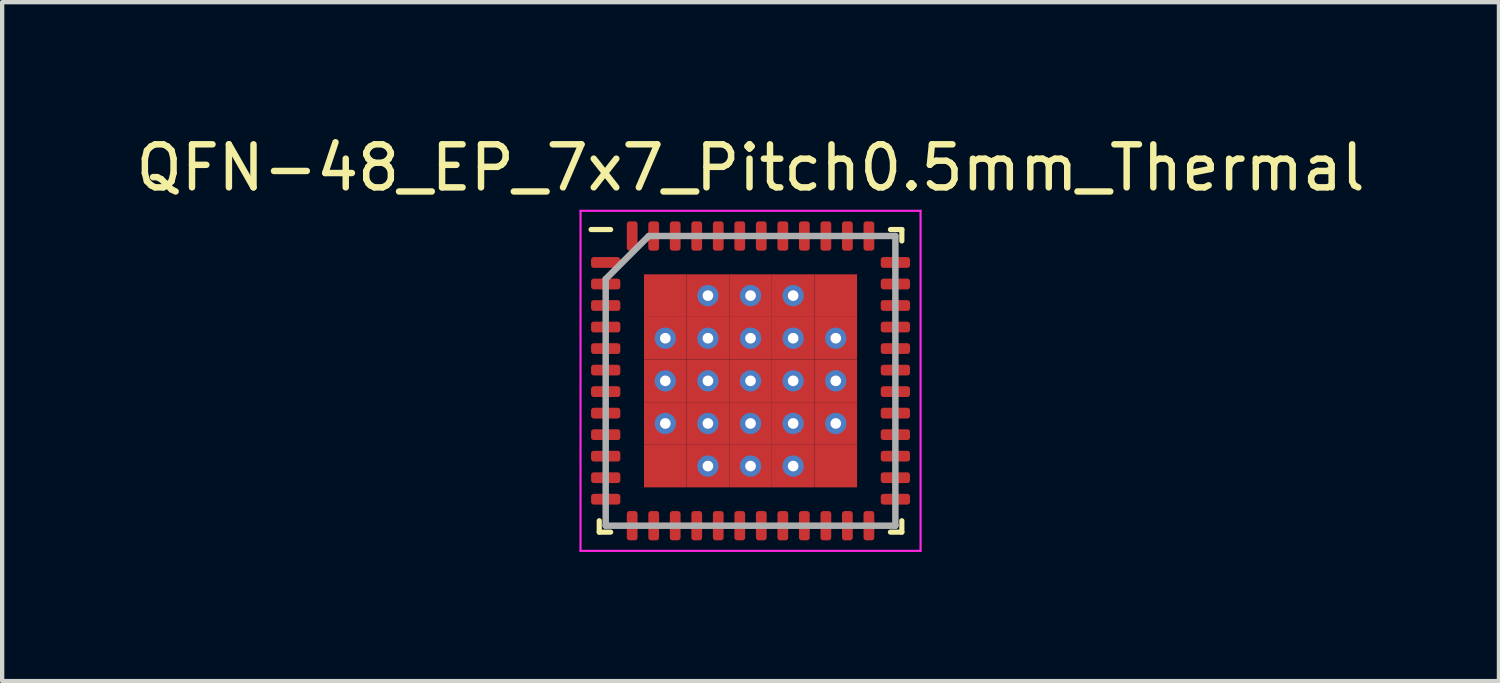
<source format=kicad_pcb>
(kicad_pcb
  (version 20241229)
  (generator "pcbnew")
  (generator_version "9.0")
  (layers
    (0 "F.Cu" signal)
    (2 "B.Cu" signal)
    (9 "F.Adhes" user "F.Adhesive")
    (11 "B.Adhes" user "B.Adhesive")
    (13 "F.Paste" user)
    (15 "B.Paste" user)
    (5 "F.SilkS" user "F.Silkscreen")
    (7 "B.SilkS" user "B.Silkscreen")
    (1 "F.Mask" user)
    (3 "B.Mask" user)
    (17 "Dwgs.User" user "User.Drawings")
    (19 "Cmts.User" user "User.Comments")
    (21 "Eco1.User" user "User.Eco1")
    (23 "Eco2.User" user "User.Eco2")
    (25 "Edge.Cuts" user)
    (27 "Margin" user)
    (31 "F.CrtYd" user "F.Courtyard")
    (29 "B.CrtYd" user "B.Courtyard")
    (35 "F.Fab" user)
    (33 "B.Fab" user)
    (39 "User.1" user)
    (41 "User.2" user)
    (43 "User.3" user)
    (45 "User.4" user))
  (footprint "QFN-48_EP_7x7_Pitch0.5mm_Thermal"
    (layer "F.Cu")
    (at 14.387 5.798)
    (property "Reference" "QFN-48_EP_7x7_Pitch0.5mm_Thermal" (at 0 -4.95 0) (layer "F.SilkS") (effects (font (size 1 1) (thickness 0.15))))
    (attr smd)
    (fp_line (start -3.515 3.515) (end -3.515 3.25) (stroke (width 0.12) (type solid)) (layer "F.SilkS"))
    (fp_line (start -3.25 -3.515) (end -3.705 -3.515) (stroke (width 0.12) (type solid)) (layer "F.SilkS"))
    (fp_line (start -3.25 3.515) (end -3.515 3.515) (stroke (width 0.12) (type solid)) (layer "F.SilkS"))
    (fp_line (start 3.25 -3.515) (end 3.515 -3.515) (stroke (width 0.12) (type solid)) (layer "F.SilkS"))
    (fp_line (start 3.25 3.515) (end 3.515 3.515) (stroke (width 0.12) (type solid)) (layer "F.SilkS"))
    (fp_line (start 3.515 -3.515) (end 3.515 -3.25) (stroke (width 0.12) (type solid)) (layer "F.SilkS"))
    (fp_line (start 3.515 3.515) (end 3.515 3.25) (stroke (width 0.12) (type solid)) (layer "F.SilkS"))
    (fp_line (start -3.95 -3.95) (end 3.95 -3.95) (stroke (width 0.05) (type solid)) (layer "F.CrtYd"))
    (fp_line (start -3.95 3.95) (end -3.95 -3.95) (stroke (width 0.05) (type solid)) (layer "F.CrtYd"))
    (fp_line (start 3.95 -3.95) (end 3.95 3.95) (stroke (width 0.05) (type solid)) (layer "F.CrtYd"))
    (fp_line (start 3.95 3.95) (end -3.95 3.95) (stroke (width 0.05) (type solid)) (layer "F.CrtYd"))
    (fp_line (start -3.365 -2.365) (end -3.365 3.365) (stroke (width 0.15) (type solid)) (layer "F.Fab"))
    (fp_line (start -3.365 3.365) (end 3.365 3.365) (stroke (width 0.15) (type solid)) (layer "F.Fab"))
    (fp_line (start -2.365 -3.365) (end -3.365 -2.365) (stroke (width 0.15) (type solid)) (layer "F.Fab"))
    (fp_line (start 3.365 -3.365) (end -2.365 -3.365) (stroke (width 0.15) (type solid)) (layer "F.Fab"))
    (fp_line (start 3.365 3.365) (end 3.365 -3.365) (stroke (width 0.15) (type solid)) (layer "F.Fab"))
    (pad "1" smd roundrect (at -3.365 -2.75 90) (size 0.25 0.68) (layers "F.Cu" "F.Mask" "F.Paste") (roundrect_rratio 0.25))
    (pad "2" smd roundrect (at -3.365 -2.25 90) (size 0.25 0.68) (layers "F.Cu" "F.Mask" "F.Paste") (roundrect_rratio 0.25))
    (pad "3" smd roundrect (at -3.365 -1.75 90) (size 0.25 0.68) (layers "F.Cu" "F.Mask" "F.Paste") (roundrect_rratio 0.25))
    (pad "4" smd roundrect (at -3.365 -1.25 90) (size 0.25 0.68) (layers "F.Cu" "F.Mask" "F.Paste") (roundrect_rratio 0.25))
    (pad "5" smd roundrect (at -3.365 -0.75 90) (size 0.25 0.68) (layers "F.Cu" "F.Mask" "F.Paste") (roundrect_rratio 0.25))
    (pad "6" smd roundrect (at -3.365 -0.25 90) (size 0.25 0.68) (layers "F.Cu" "F.Mask" "F.Paste") (roundrect_rratio 0.25))
    (pad "7" smd roundrect (at -3.365 0.25 90) (size 0.25 0.68) (layers "F.Cu" "F.Mask" "F.Paste") (roundrect_rratio 0.25))
    (pad "8" smd roundrect (at -3.365 0.75 90) (size 0.25 0.68) (layers "F.Cu" "F.Mask" "F.Paste") (roundrect_rratio 0.25))
    (pad "9" smd roundrect (at -3.365 1.25 90) (size 0.25 0.68) (layers "F.Cu" "F.Mask" "F.Paste") (roundrect_rratio 0.25))
    (pad "10" smd roundrect (at -3.365 1.75 90) (size 0.25 0.68) (layers "F.Cu" "F.Mask" "F.Paste") (roundrect_rratio 0.25))
    (pad "11" smd roundrect (at -3.365 2.25 90) (size 0.25 0.68) (layers "F.Cu" "F.Mask" "F.Paste") (roundrect_rratio 0.25))
    (pad "12" smd roundrect (at -3.365 2.75 90) (size 0.25 0.68) (layers "F.Cu" "F.Mask" "F.Paste") (roundrect_rratio 0.25))
    (pad "13" smd roundrect (at -2.75 3.365) (size 0.25 0.68) (layers "F.Cu" "F.Mask" "F.Paste") (roundrect_rratio 0.25))
    (pad "14" smd roundrect (at -2.25 3.365) (size 0.25 0.68) (layers "F.Cu" "F.Mask" "F.Paste") (roundrect_rratio 0.25))
    (pad "15" smd roundrect (at -1.75 3.365) (size 0.25 0.68) (layers "F.Cu" "F.Mask" "F.Paste") (roundrect_rratio 0.25))
    (pad "16" smd roundrect (at -1.25 3.365) (size 0.25 0.68) (layers "F.Cu" "F.Mask" "F.Paste") (roundrect_rratio 0.25))
    (pad "17" smd roundrect (at -0.75 3.365) (size 0.25 0.68) (layers "F.Cu" "F.Mask" "F.Paste") (roundrect_rratio 0.25))
    (pad "18" smd roundrect (at -0.25 3.365) (size 0.25 0.68) (layers "F.Cu" "F.Mask" "F.Paste") (roundrect_rratio 0.25))
    (pad "19" smd roundrect (at 0.25 3.365) (size 0.25 0.68) (layers "F.Cu" "F.Mask" "F.Paste") (roundrect_rratio 0.25))
    (pad "20" smd roundrect (at 0.75 3.365) (size 0.25 0.68) (layers "F.Cu" "F.Mask" "F.Paste") (roundrect_rratio 0.25))
    (pad "21" smd roundrect (at 1.25 3.365) (size 0.25 0.68) (layers "F.Cu" "F.Mask" "F.Paste") (roundrect_rratio 0.25))
    (pad "22" smd roundrect (at 1.75 3.365) (size 0.25 0.68) (layers "F.Cu" "F.Mask" "F.Paste") (roundrect_rratio 0.25))
    (pad "23" smd roundrect (at 2.25 3.365) (size 0.25 0.68) (layers "F.Cu" "F.Mask" "F.Paste") (roundrect_rratio 0.25))
    (pad "24" smd roundrect (at 2.75 3.365) (size 0.25 0.68) (layers "F.Cu" "F.Mask" "F.Paste") (roundrect_rratio 0.25))
    (pad "25" smd roundrect (at 3.365 2.75 90) (size 0.25 0.68) (layers "F.Cu" "F.Mask" "F.Paste") (roundrect_rratio 0.25))
    (pad "26" smd roundrect (at 3.365 2.25 90) (size 0.25 0.68) (layers "F.Cu" "F.Mask" "F.Paste") (roundrect_rratio 0.25))
    (pad "27" smd roundrect (at 3.365 1.75 90) (size 0.25 0.68) (layers "F.Cu" "F.Mask" "F.Paste") (roundrect_rratio 0.25))
    (pad "28" smd roundrect (at 3.365 1.25 90) (size 0.25 0.68) (layers "F.Cu" "F.Mask" "F.Paste") (roundrect_rratio 0.25))
    (pad "29" smd roundrect (at 3.365 0.75 90) (size 0.25 0.68) (layers "F.Cu" "F.Mask" "F.Paste") (roundrect_rratio 0.25))
    (pad "30" smd roundrect (at 3.365 0.25 90) (size 0.25 0.68) (layers "F.Cu" "F.Mask" "F.Paste") (roundrect_rratio 0.25))
    (pad "31" smd roundrect (at 3.365 -0.25 90) (size 0.25 0.68) (layers "F.Cu" "F.Mask" "F.Paste") (roundrect_rratio 0.25))
    (pad "32" smd roundrect (at 3.365 -0.75 90) (size 0.25 0.68) (layers "F.Cu" "F.Mask" "F.Paste") (roundrect_rratio 0.25))
    (pad "33" smd roundrect (at 3.365 -1.25 90) (size 0.25 0.68) (layers "F.Cu" "F.Mask" "F.Paste") (roundrect_rratio 0.25))
    (pad "34" smd roundrect (at 3.365 -1.75 90) (size 0.25 0.68) (layers "F.Cu" "F.Mask" "F.Paste") (roundrect_rratio 0.25))
    (pad "35" smd roundrect (at 3.365 -2.25 90) (size 0.25 0.68) (layers "F.Cu" "F.Mask" "F.Paste") (roundrect_rratio 0.25))
    (pad "36" smd roundrect (at 3.365 -2.75 90) (size 0.25 0.68) (layers "F.Cu" "F.Mask" "F.Paste") (roundrect_rratio 0.25))
    (pad "37" smd roundrect (at 2.75 -3.365) (size 0.25 0.68) (layers "F.Cu" "F.Mask" "F.Paste") (roundrect_rratio 0.25))
    (pad "38" smd roundrect (at 2.25 -3.365) (size 0.25 0.68) (layers "F.Cu" "F.Mask" "F.Paste") (roundrect_rratio 0.25))
    (pad "39" smd roundrect (at 1.75 -3.365) (size 0.25 0.68) (layers "F.Cu" "F.Mask" "F.Paste") (roundrect_rratio 0.25))
    (pad "40" smd roundrect (at 1.25 -3.365) (size 0.25 0.68) (layers "F.Cu" "F.Mask" "F.Paste") (roundrect_rratio 0.25))
    (pad "41" smd roundrect (at 0.75 -3.365) (size 0.25 0.68) (layers "F.Cu" "F.Mask" "F.Paste") (roundrect_rratio 0.25))
    (pad "42" smd roundrect (at 0.25 -3.365) (size 0.25 0.68) (layers "F.Cu" "F.Mask" "F.Paste") (roundrect_rratio 0.25))
    (pad "43" smd roundrect (at -0.25 -3.365) (size 0.25 0.68) (layers "F.Cu" "F.Mask" "F.Paste") (roundrect_rratio 0.25))
    (pad "44" smd roundrect (at -0.75 -3.365) (size 0.25 0.68) (layers "F.Cu" "F.Mask" "F.Paste") (roundrect_rratio 0.25))
    (pad "45" smd roundrect (at -1.25 -3.365) (size 0.25 0.68) (layers "F.Cu" "F.Mask" "F.Paste") (roundrect_rratio 0.25))
    (pad "46" smd roundrect (at -1.75 -3.365) (size 0.25 0.68) (layers "F.Cu" "F.Mask" "F.Paste") (roundrect_rratio 0.25))
    (pad "47" smd roundrect (at -2.25 -3.365) (size 0.25 0.68) (layers "F.Cu" "F.Mask" "F.Paste") (roundrect_rratio 0.25))
    (pad "48" smd roundrect (at -2.75 -3.365) (size 0.25 0.68) (layers "F.Cu" "F.Mask" "F.Paste") (roundrect_rratio 0.25))
    (pad "49" smd rect (at -1.98 -1.98) (size 0.99 0.99) (layers "F.Cu" "F.Mask" "F.Paste"))
    (pad "49" thru_hole circle (at -1.98 -0.99) (size 0.495 0.495) (drill 0.247) (layers "*.Cu" "*.Mask"))
    (pad "49" smd rect (at -1.98 -0.99) (size 0.99 0.99) (layers "F.Cu" "F.Mask" "F.Paste"))
    (pad "49" thru_hole circle (at -1.98 0) (size 0.495 0.495) (drill 0.247) (layers "*.Cu" "*.Mask"))
    (pad "49" smd rect (at -1.98 0) (size 0.99 0.99) (layers "F.Cu" "F.Mask" "F.Paste"))
    (pad "49" thru_hole circle (at -1.98 0.99) (size 0.495 0.495) (drill 0.247) (layers "*.Cu" "*.Mask"))
    (pad "49" smd rect (at -1.98 0.99) (size 0.99 0.99) (layers "F.Cu" "F.Mask" "F.Paste"))
    (pad "49" smd rect (at -1.98 1.98) (size 0.99 0.99) (layers "F.Cu" "F.Mask" "F.Paste"))
    (pad "49" thru_hole circle (at -0.99 -1.98) (size 0.495 0.495) (drill 0.247) (layers "*.Cu" "*.Mask"))
    (pad "49" smd rect (at -0.99 -1.98) (size 0.99 0.99) (layers "F.Cu" "F.Mask" "F.Paste"))
    (pad "49" thru_hole circle (at -0.99 -0.99) (size 0.495 0.495) (drill 0.247) (layers "*.Cu" "*.Mask"))
    (pad "49" smd rect (at -0.99 -0.99) (size 0.99 0.99) (layers "F.Cu" "F.Mask" "F.Paste"))
    (pad "49" thru_hole circle (at -0.99 0) (size 0.495 0.495) (drill 0.247) (layers "*.Cu" "*.Mask"))
    (pad "49" smd rect (at -0.99 0) (size 0.99 0.99) (layers "F.Cu" "F.Mask" "F.Paste"))
    (pad "49" thru_hole circle (at -0.99 0.99) (size 0.495 0.495) (drill 0.247) (layers "*.Cu" "*.Mask"))
    (pad "49" smd rect (at -0.99 0.99) (size 0.99 0.99) (layers "F.Cu" "F.Mask" "F.Paste"))
    (pad "49" thru_hole circle (at -0.99 1.98) (size 0.495 0.495) (drill 0.247) (layers "*.Cu" "*.Mask"))
    (pad "49" smd rect (at -0.99 1.98) (size 0.99 0.99) (layers "F.Cu" "F.Mask" "F.Paste"))
    (pad "49" thru_hole circle (at 0 -1.98) (size 0.495 0.495) (drill 0.247) (layers "*.Cu" "*.Mask"))
    (pad "49" smd rect (at 0 -1.98) (size 0.99 0.99) (layers "F.Cu" "F.Mask" "F.Paste"))
    (pad "49" thru_hole circle (at 0 -0.99) (size 0.495 0.495) (drill 0.247) (layers "*.Cu" "*.Mask"))
    (pad "49" smd rect (at 0 -0.99) (size 0.99 0.99) (layers "F.Cu" "F.Mask" "F.Paste"))
    (pad "49" thru_hole circle (at 0 0) (size 0.495 0.495) (drill 0.247) (layers "*.Cu" "*.Mask"))
    (pad "49" smd rect (at 0 0) (size 0.99 0.99) (layers "F.Cu" "F.Mask" "F.Paste"))
    (pad "49" thru_hole circle (at 0 0.99) (size 0.495 0.495) (drill 0.247) (layers "*.Cu" "*.Mask"))
    (pad "49" smd rect (at 0 0.99) (size 0.99 0.99) (layers "F.Cu" "F.Mask" "F.Paste"))
    (pad "49" thru_hole circle (at 0 1.98) (size 0.495 0.495) (drill 0.247) (layers "*.Cu" "*.Mask"))
    (pad "49" smd rect (at 0 1.98) (size 0.99 0.99) (layers "F.Cu" "F.Mask" "F.Paste"))
    (pad "49" thru_hole circle (at 0.99 -1.98) (size 0.495 0.495) (drill 0.247) (layers "*.Cu" "*.Mask"))
    (pad "49" smd rect (at 0.99 -1.98) (size 0.99 0.99) (layers "F.Cu" "F.Mask" "F.Paste"))
    (pad "49" thru_hole circle (at 0.99 -0.99) (size 0.495 0.495) (drill 0.247) (layers "*.Cu" "*.Mask"))
    (pad "49" smd rect (at 0.99 -0.99) (size 0.99 0.99) (layers "F.Cu" "F.Mask" "F.Paste"))
    (pad "49" thru_hole circle (at 0.99 0) (size 0.495 0.495) (drill 0.247) (layers "*.Cu" "*.Mask"))
    (pad "49" smd rect (at 0.99 0) (size 0.99 0.99) (layers "F.Cu" "F.Mask" "F.Paste"))
    (pad "49" thru_hole circle (at 0.99 0.99) (size 0.495 0.495) (drill 0.247) (layers "*.Cu" "*.Mask"))
    (pad "49" smd rect (at 0.99 0.99) (size 0.99 0.99) (layers "F.Cu" "F.Mask" "F.Paste"))
    (pad "49" thru_hole circle (at 0.99 1.98) (size 0.495 0.495) (drill 0.247) (layers "*.Cu" "*.Mask"))
    (pad "49" smd rect (at 0.99 1.98) (size 0.99 0.99) (layers "F.Cu" "F.Mask" "F.Paste"))
    (pad "49" smd rect (at 1.98 -1.98) (size 0.99 0.99) (layers "F.Cu" "F.Mask" "F.Paste"))
    (pad "49" thru_hole circle (at 1.98 -0.99) (size 0.495 0.495) (drill 0.247) (layers "*.Cu" "*.Mask"))
    (pad "49" smd rect (at 1.98 -0.99) (size 0.99 0.99) (layers "F.Cu" "F.Mask" "F.Paste"))
    (pad "49" thru_hole circle (at 1.98 0) (size 0.495 0.495) (drill 0.247) (layers "*.Cu" "*.Mask"))
    (pad "49" smd rect (at 1.98 0) (size 0.99 0.99) (layers "F.Cu" "F.Mask" "F.Paste"))
    (pad "49" thru_hole circle (at 1.98 0.99) (size 0.495 0.495) (drill 0.247) (layers "*.Cu" "*.Mask"))
    (pad "49" smd rect (at 1.98 0.99) (size 0.99 0.99) (layers "F.Cu" "F.Mask" "F.Paste"))
    (pad "49" smd rect (at 1.98 1.98) (size 0.99 0.99) (layers "F.Cu" "F.Mask" "F.Paste")))
  (gr_rect
    (start -3 -3)
    (end 31.774 12.773)
    (stroke (width 0.1) (type default))
    (fill no)
    (layer "Edge.Cuts")))
</source>
